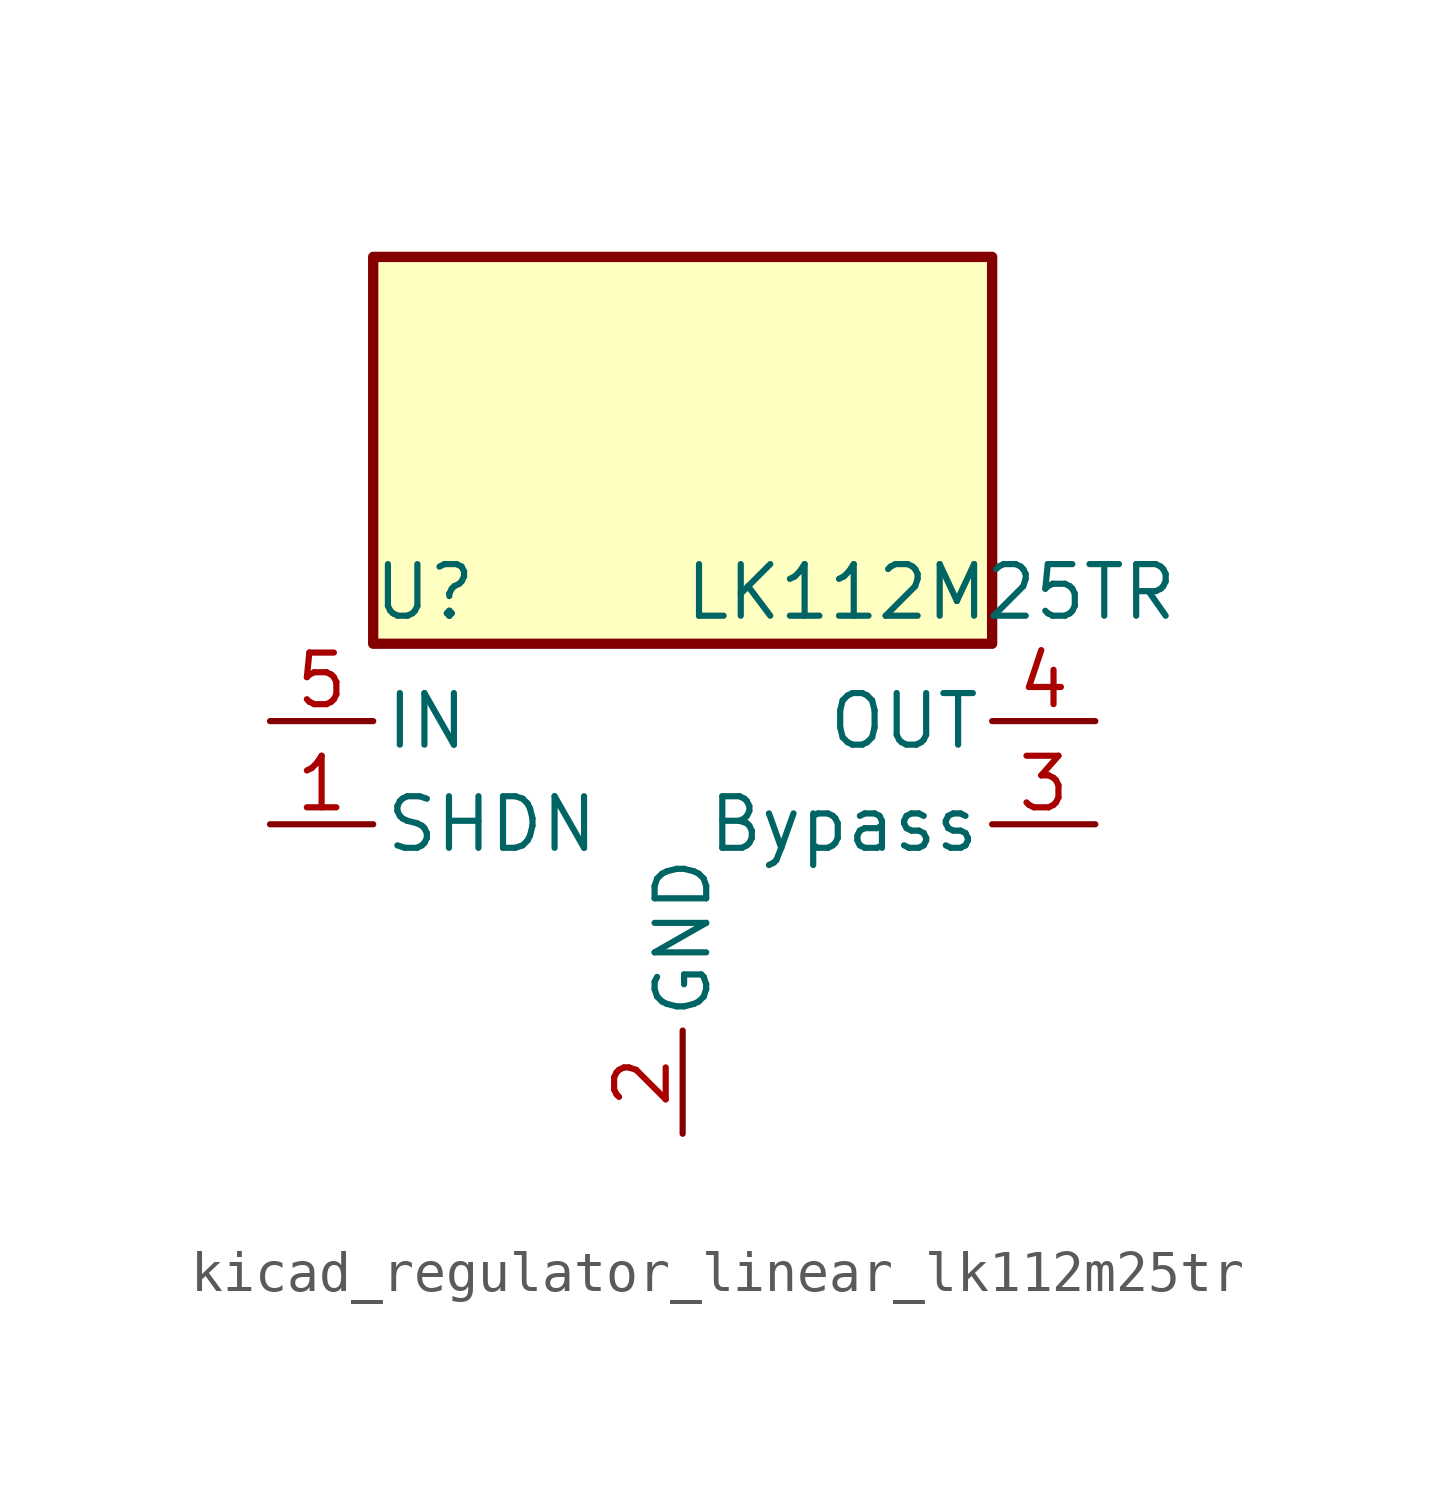
<source format=kicad_sym>
(kicad_symbol_lib
  (version 20220914)
  (generator kicad_symbol_editor)
  (symbol "kicad_regulator_linear_lk112m25tr"
    (pin_names
      (offset 0.254))
    (property "Reference" "U"
      (at -6.35 5.715 0)
      (effects (font (size 1.27 1.27))))
    (property "Value" "LK112M25TR"
      (at 0 5.715 0)
      (effects (font (size 1.27 1.27)) (justify left)))
    (symbol "kicad_regulator_linear_lk112m25tr_0_1"
      (rectangle (start 7.62 13.97) (end -7.62 4.445) (stroke (width 0.254) (type default)) (fill (type background))))
    (symbol "kicad_regulator_linear_lk112m25tr_1_1"
      (pin input line (at -10.16 0 0) (length 2.54) (name "SHDN" (effects (font (size 1.27 1.27)))) (number "1" (effects (font (size 1.27 1.27)))))
      (pin power_in line (at 0 -7.62 90) (length 2.54) (name "GND" (effects (font (size 1.27 1.27)))) (number "2" (effects (font (size 1.27 1.27)))))
      (pin passive line (at 10.16 0 180) (length 2.54) (name "Bypass" (effects (font (size 1.27 1.27)))) (number "3" (effects (font (size 1.27 1.27)))))
      (pin power_out line (at 10.16 2.54 180) (length 2.54) (name "OUT" (effects (font (size 1.27 1.27)))) (number "4" (effects (font (size 1.27 1.27)))))
      (pin power_in line (at -10.16 2.54 0) (length 2.54) (name "IN" (effects (font (size 1.27 1.27)))) (number "5" (effects (font (size 1.27 1.27))))))))
</source>
